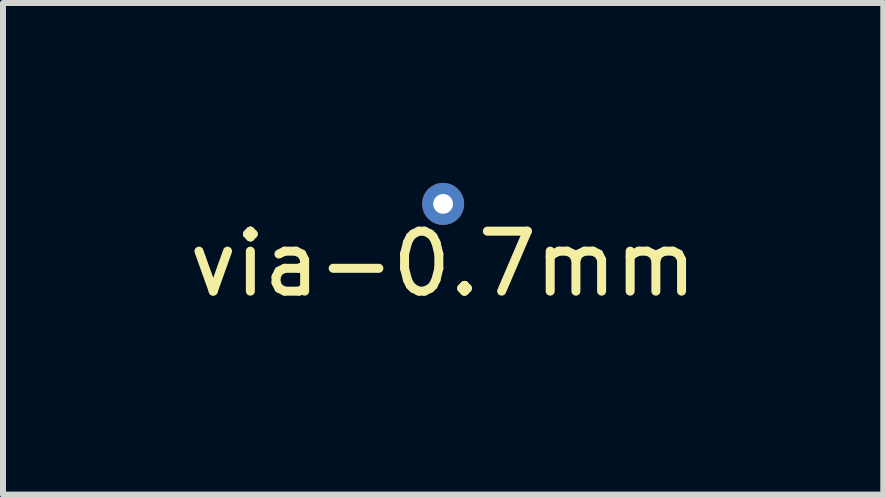
<source format=kicad_pcb>
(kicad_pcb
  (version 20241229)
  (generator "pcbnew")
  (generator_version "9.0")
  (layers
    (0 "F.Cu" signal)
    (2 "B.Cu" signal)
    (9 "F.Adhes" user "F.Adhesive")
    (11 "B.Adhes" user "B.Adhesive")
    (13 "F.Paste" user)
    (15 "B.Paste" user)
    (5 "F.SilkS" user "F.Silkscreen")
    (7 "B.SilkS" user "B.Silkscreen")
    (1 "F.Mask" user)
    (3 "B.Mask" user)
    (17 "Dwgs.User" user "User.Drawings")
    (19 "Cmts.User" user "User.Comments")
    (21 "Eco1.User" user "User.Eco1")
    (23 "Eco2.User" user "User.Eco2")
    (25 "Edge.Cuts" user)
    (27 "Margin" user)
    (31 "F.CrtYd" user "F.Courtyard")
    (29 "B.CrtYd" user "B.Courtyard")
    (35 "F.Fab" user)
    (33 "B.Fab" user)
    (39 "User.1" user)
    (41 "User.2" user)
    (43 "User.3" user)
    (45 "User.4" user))
  (footprint "via-0.7mm"
    (layer "F.Cu")
    (at 4.339 0.35)
    (property "Reference" "via-0.7mm" (at 0 1 0) (layer "F.SilkS") (effects (font (size 1 1) (thickness 0.15))))
    (attr through_hole)
    (pad "1" thru_hole circle (at 0 0) (size 0.7 0.7) (drill 0.33) (layers "*.Cu")))
  (gr_rect
    (start -3 -3)
    (end 11.679 5.198)
    (stroke (width 0.1) (type default))
    (fill no)
    (layer "Edge.Cuts")))
</source>
